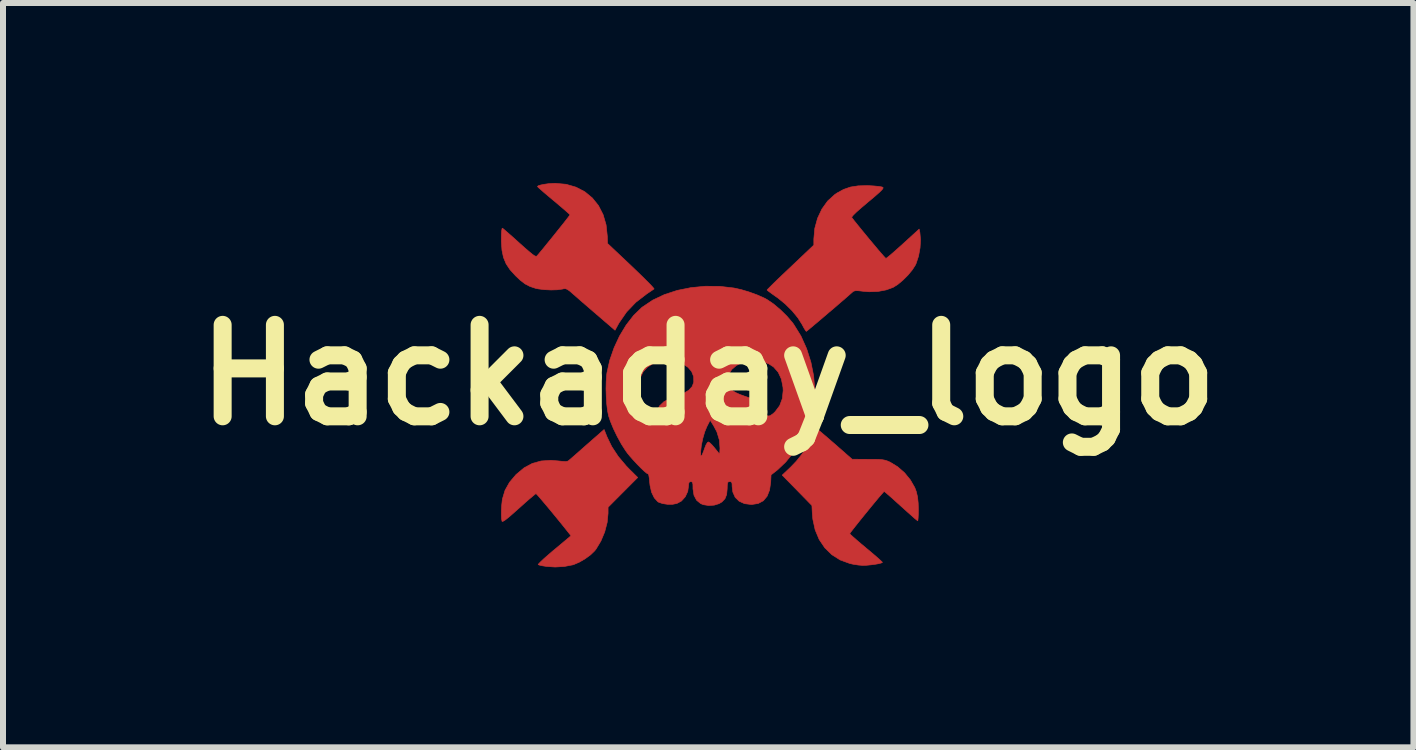
<source format=kicad_pcb>
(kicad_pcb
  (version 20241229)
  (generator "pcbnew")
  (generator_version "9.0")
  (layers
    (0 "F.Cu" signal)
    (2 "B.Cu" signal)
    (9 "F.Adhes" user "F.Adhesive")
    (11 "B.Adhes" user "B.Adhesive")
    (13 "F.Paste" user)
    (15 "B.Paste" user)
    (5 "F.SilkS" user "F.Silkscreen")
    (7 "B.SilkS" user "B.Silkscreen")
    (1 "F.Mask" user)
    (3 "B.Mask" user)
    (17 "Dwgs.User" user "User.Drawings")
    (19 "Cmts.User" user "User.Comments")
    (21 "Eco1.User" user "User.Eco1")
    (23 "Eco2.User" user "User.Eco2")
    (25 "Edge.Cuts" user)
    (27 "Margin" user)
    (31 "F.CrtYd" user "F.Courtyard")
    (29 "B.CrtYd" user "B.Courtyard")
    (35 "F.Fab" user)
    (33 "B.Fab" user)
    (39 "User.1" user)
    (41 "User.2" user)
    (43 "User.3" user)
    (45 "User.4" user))
  (footprint "Hackaday_logo"
    (layer "F.Cu")
    (at 8.752 3.198)
    (property "Reference" "Hackaday_logo" (at 0 0 0) (layer "F.SilkS") (effects (font (size 1.524 1.524) (thickness 0.3))))
    (attr through_hole)
    (fp_poly (pts (xy -1.686 1.033) (xy -1.608 1.194) (xy -1.5 1.358) (xy -1.367 1.516) (xy -1.318 1.567) (xy -1.175 1.709) (xy -1.669 2.205) (xy -1.669 2.306) (xy -1.684 2.458) (xy -1.725 2.616) (xy -1.788 2.767) (xy -1.868 2.9) (xy -1.892 2.931) (xy -1.96 2.997) (xy -2.05 3.063) (xy -2.148 3.12) (xy -2.241 3.16) (xy -2.258 3.165) (xy -2.398 3.192) (xy -2.551 3.201) (xy -2.698 3.191) (xy -2.703 3.19) (xy -2.766 3.18) (xy -2.813 3.169) (xy -2.834 3.16) (xy -2.824 3.146) (xy -2.79 3.111) (xy -2.737 3.061) (xy -2.667 3) (xy -2.585 2.929) (xy -2.566 2.914) (xy -2.287 2.68) (xy -2.324 2.633) (xy -2.387 2.554) (xy -2.457 2.467) (xy -2.531 2.376) (xy -2.606 2.285) (xy -2.678 2.198) (xy -2.744 2.12) (xy -2.799 2.055) (xy -2.841 2.007) (xy -2.866 1.981) (xy -2.87 1.978) (xy -2.887 1.989) (xy -2.927 2.022) (xy -2.985 2.071) (xy -3.057 2.134) (xy -3.138 2.207) (xy -3.155 2.222) (xy -3.253 2.309) (xy -3.327 2.373) (xy -3.38 2.415) (xy -3.415 2.437) (xy -3.433 2.442) (xy -3.436 2.438) (xy -3.444 2.397) (xy -3.447 2.331) (xy -3.446 2.251) (xy -3.441 2.168) (xy -3.433 2.093) (xy -3.429 2.066) (xy -3.386 1.923) (xy -3.311 1.789) (xy -3.203 1.661) (xy -3.195 1.654) (xy -3.068 1.548) (xy -2.932 1.475) (xy -2.785 1.434) (xy -2.621 1.423) (xy -2.5 1.433) (xy -2.422 1.441) (xy -2.372 1.443) (xy -2.341 1.437) (xy -2.324 1.426) (xy -2.302 1.407) (xy -2.257 1.368) (xy -2.194 1.313) (xy -2.118 1.246) (xy -2.033 1.171) (xy -2.015 1.155) (xy -1.735 0.91) (xy -1.686 1.033)) (stroke (width 0.01) (type solid)) (fill yes) (layer "F.Cu"))
    (fp_poly (pts (xy 1.814 0.9) (xy 1.854 0.932) (xy 1.912 0.982) (xy 1.985 1.044) (xy 2.069 1.117) (xy 2.104 1.147) (xy 2.398 1.405) (xy 2.664 1.406) (xy 2.769 1.406) (xy 2.846 1.408) (xy 2.903 1.413) (xy 2.946 1.421) (xy 2.984 1.433) (xy 3.025 1.451) (xy 3.03 1.453) (xy 3.156 1.53) (xy 3.272 1.631) (xy 3.369 1.75) (xy 3.442 1.877) (xy 3.467 1.944) (xy 3.488 2.032) (xy 3.499 2.136) (xy 3.502 2.242) (xy 3.501 2.32) (xy 3.498 2.382) (xy 3.494 2.421) (xy 3.491 2.431) (xy 3.475 2.419) (xy 3.436 2.387) (xy 3.38 2.337) (xy 3.309 2.274) (xy 3.228 2.201) (xy 3.211 2.186) (xy 3.129 2.112) (xy 3.056 2.046) (xy 2.996 1.994) (xy 2.954 1.958) (xy 2.933 1.942) (xy 2.932 1.941) (xy 2.918 1.955) (xy 2.885 1.992) (xy 2.837 2.048) (xy 2.778 2.119) (xy 2.712 2.199) (xy 2.642 2.285) (xy 2.572 2.371) (xy 2.506 2.453) (xy 2.448 2.526) (xy 2.402 2.585) (xy 2.37 2.626) (xy 2.359 2.645) (xy 2.359 2.645) (xy 2.372 2.661) (xy 2.409 2.695) (xy 2.466 2.745) (xy 2.538 2.807) (xy 2.621 2.876) (xy 2.631 2.885) (xy 2.715 2.955) (xy 2.788 3.017) (xy 2.847 3.069) (xy 2.886 3.105) (xy 2.903 3.122) (xy 2.903 3.123) (xy 2.886 3.133) (xy 2.842 3.145) (xy 2.78 3.156) (xy 2.709 3.165) (xy 2.637 3.172) (xy 2.575 3.174) (xy 2.502 3.168) (xy 2.417 3.155) (xy 2.359 3.142) (xy 2.198 3.083) (xy 2.059 2.995) (xy 1.942 2.88) (xy 1.849 2.742) (xy 1.782 2.582) (xy 1.743 2.403) (xy 1.734 2.297) (xy 1.728 2.176) (xy 1.481 1.923) (xy 1.233 1.67) (xy 1.372 1.538) (xy 1.468 1.438) (xy 1.56 1.323) (xy 1.643 1.203) (xy 1.709 1.087) (xy 1.751 0.99) (xy 1.771 0.936) (xy 1.789 0.899) (xy 1.797 0.889) (xy 1.814 0.9)) (stroke (width 0.01) (type solid)) (fill yes) (layer "F.Cu"))
    (fp_poly (pts (xy 2.68 -3.154) (xy 2.763 -3.149) (xy 2.835 -3.142) (xy 2.887 -3.134) (xy 2.907 -3.128) (xy 2.915 -3.119) (xy 2.909 -3.103) (xy 2.888 -3.078) (xy 2.849 -3.04) (xy 2.789 -2.987) (xy 2.705 -2.916) (xy 2.658 -2.877) (xy 2.552 -2.787) (xy 2.471 -2.716) (xy 2.418 -2.664) (xy 2.393 -2.633) (xy 2.392 -2.624) (xy 2.432 -2.571) (xy 2.486 -2.504) (xy 2.55 -2.425) (xy 2.62 -2.34) (xy 2.692 -2.252) (xy 2.763 -2.168) (xy 2.828 -2.09) (xy 2.884 -2.025) (xy 2.928 -1.975) (xy 2.955 -1.947) (xy 2.961 -1.941) (xy 2.979 -1.953) (xy 3.02 -1.986) (xy 3.078 -2.035) (xy 3.15 -2.099) (xy 3.232 -2.172) (xy 3.247 -2.186) (xy 3.515 -2.43) (xy 3.527 -2.374) (xy 3.538 -2.253) (xy 3.53 -2.117) (xy 3.505 -1.981) (xy 3.465 -1.859) (xy 3.454 -1.834) (xy 3.403 -1.754) (xy 3.331 -1.666) (xy 3.246 -1.581) (xy 3.159 -1.508) (xy 3.083 -1.46) (xy 2.966 -1.417) (xy 2.829 -1.391) (xy 2.682 -1.386) (xy 2.583 -1.394) (xy 2.506 -1.403) (xy 2.457 -1.404) (xy 2.427 -1.397) (xy 2.413 -1.389) (xy 2.354 -1.337) (xy 2.281 -1.273) (xy 2.196 -1.2) (xy 2.106 -1.122) (xy 2.012 -1.043) (xy 1.921 -0.965) (xy 1.835 -0.892) (xy 1.76 -0.829) (xy 1.699 -0.778) (xy 1.656 -0.742) (xy 1.635 -0.726) (xy 1.634 -0.726) (xy 1.621 -0.741) (xy 1.597 -0.78) (xy 1.567 -0.835) (xy 1.565 -0.84) (xy 1.494 -0.952) (xy 1.397 -1.07) (xy 1.283 -1.183) (xy 1.159 -1.284) (xy 1.127 -1.306) (xy 1.065 -1.35) (xy 1.016 -1.386) (xy 0.986 -1.409) (xy 0.981 -1.416) (xy 0.993 -1.43) (xy 1.029 -1.466) (xy 1.084 -1.521) (xy 1.156 -1.591) (xy 1.242 -1.673) (xy 1.338 -1.764) (xy 1.37 -1.794) (xy 1.76 -2.164) (xy 1.76 -2.266) (xy 1.776 -2.443) (xy 1.822 -2.611) (xy 1.894 -2.764) (xy 1.99 -2.898) (xy 2.109 -3.006) (xy 2.144 -3.03) (xy 2.255 -3.091) (xy 2.37 -3.131) (xy 2.499 -3.151) (xy 2.651 -3.155) (xy 2.68 -3.154)) (stroke (width 0.01) (type solid)) (fill yes) (layer "F.Cu"))
    (fp_poly (pts (xy -2.368 -3.177) (xy -2.203 -3.129) (xy -2.057 -3.053) (xy -1.932 -2.95) (xy -1.829 -2.822) (xy -1.752 -2.672) (xy -1.702 -2.501) (xy -1.682 -2.314) (xy -1.678 -2.191) (xy -1.283 -1.818) (xy -1.185 -1.724) (xy -1.096 -1.638) (xy -1.021 -1.563) (xy -0.961 -1.503) (xy -0.921 -1.459) (xy -0.903 -1.436) (xy -0.902 -1.434) (xy -0.923 -1.419) (xy -0.966 -1.39) (xy -1.021 -1.353) (xy -1.024 -1.351) (xy -1.207 -1.21) (xy -1.36 -1.05) (xy -1.485 -0.869) (xy -1.504 -0.835) (xy -1.553 -0.745) (xy -1.852 -1.002) (xy -1.947 -1.084) (xy -2.041 -1.165) (xy -2.127 -1.239) (xy -2.198 -1.302) (xy -2.249 -1.346) (xy -2.256 -1.352) (xy -2.311 -1.4) (xy -2.349 -1.426) (xy -2.378 -1.437) (xy -2.408 -1.436) (xy -2.429 -1.431) (xy -2.514 -1.419) (xy -2.619 -1.416) (xy -2.73 -1.421) (xy -2.832 -1.434) (xy -2.876 -1.443) (xy -2.969 -1.474) (xy -3.052 -1.517) (xy -3.134 -1.58) (xy -3.21 -1.652) (xy -3.302 -1.753) (xy -3.368 -1.852) (xy -3.412 -1.958) (xy -3.437 -2.078) (xy -3.447 -2.222) (xy -3.447 -2.264) (xy -3.446 -2.341) (xy -3.442 -2.401) (xy -3.436 -2.438) (xy -3.431 -2.446) (xy -3.413 -2.433) (xy -3.373 -2.399) (xy -3.315 -2.348) (xy -3.242 -2.284) (xy -3.161 -2.211) (xy -3.147 -2.198) (xy -3.053 -2.114) (xy -2.982 -2.053) (xy -2.931 -2.011) (xy -2.895 -1.986) (xy -2.872 -1.977) (xy -2.858 -1.979) (xy -2.856 -1.981) (xy -2.833 -2.007) (xy -2.793 -2.055) (xy -2.74 -2.119) (xy -2.678 -2.196) (xy -2.61 -2.279) (xy -2.541 -2.365) (xy -2.474 -2.449) (xy -2.413 -2.525) (xy -2.363 -2.589) (xy -2.326 -2.637) (xy -2.306 -2.664) (xy -2.304 -2.668) (xy -2.317 -2.683) (xy -2.355 -2.717) (xy -2.411 -2.766) (xy -2.483 -2.827) (xy -2.565 -2.897) (xy -2.572 -2.902) (xy -2.655 -2.972) (xy -2.729 -3.034) (xy -2.788 -3.086) (xy -2.828 -3.121) (xy -2.845 -3.139) (xy -2.845 -3.139) (xy -2.833 -3.152) (xy -2.792 -3.165) (xy -2.732 -3.177) (xy -2.661 -3.187) (xy -2.585 -3.192) (xy -2.549 -3.193) (xy -2.368 -3.177)) (stroke (width 0.01) (type solid)) (fill yes) (layer "F.Cu"))
    (fp_poly (pts (xy 0.194 -1.476) (xy 0.426 -1.449) (xy 0.549 -1.422) (xy 0.682 -1.382) (xy 0.812 -1.335) (xy 0.926 -1.285) (xy 0.979 -1.257) (xy 1.088 -1.183) (xy 1.202 -1.087) (xy 1.312 -0.979) (xy 1.405 -0.87) (xy 1.426 -0.841) (xy 1.545 -0.649) (xy 1.64 -0.437) (xy 1.711 -0.213) (xy 1.757 0.016) (xy 1.775 0.245) (xy 1.765 0.465) (xy 1.746 0.583) (xy 1.695 0.765) (xy 1.619 0.951) (xy 1.524 1.133) (xy 1.413 1.303) (xy 1.291 1.452) (xy 1.163 1.574) (xy 1.148 1.587) (xy 1.047 1.666) (xy 1.041 1.789) (xy 1.022 1.919) (xy 0.981 2.022) (xy 0.918 2.097) (xy 0.833 2.142) (xy 0.726 2.159) (xy 0.718 2.159) (xy 0.605 2.145) (xy 0.515 2.104) (xy 0.449 2.039) (xy 0.41 1.951) (xy 0.399 1.864) (xy 0.397 1.812) (xy 0.389 1.786) (xy 0.369 1.778) (xy 0.358 1.778) (xy 0.336 1.781) (xy 0.324 1.795) (xy 0.318 1.828) (xy 0.316 1.888) (xy 0.316 1.897) (xy 0.307 1.993) (xy 0.279 2.063) (xy 0.229 2.116) (xy 0.18 2.145) (xy 0.1 2.17) (xy 0.007 2.176) (xy -0.082 2.162) (xy -0.126 2.144) (xy -0.194 2.088) (xy -0.237 2.006) (xy -0.254 1.899) (xy -0.254 1.883) (xy -0.255 1.823) (xy -0.262 1.792) (xy -0.276 1.78) (xy -0.29 1.778) (xy -0.316 1.785) (xy -0.326 1.814) (xy -0.327 1.839) (xy -0.341 1.941) (xy -0.383 2.031) (xy -0.446 2.101) (xy -0.522 2.142) (xy -0.594 2.156) (xy -0.678 2.156) (xy -0.759 2.144) (xy -0.824 2.122) (xy -0.84 2.113) (xy -0.899 2.048) (xy -0.944 1.955) (xy -0.97 1.839) (xy -0.976 1.784) (xy -0.982 1.72) (xy -0.99 1.673) (xy -0.999 1.651) (xy -1 1.651) (xy -1.025 1.638) (xy -1.067 1.603) (xy -1.122 1.551) (xy -1.184 1.488) (xy -1.247 1.42) (xy -1.307 1.352) (xy -1.347 1.302) (xy -0.127 1.302) (xy -0.124 1.343) (xy -0.115 1.351) (xy -0.099 1.326) (xy -0.075 1.266) (xy -0.062 1.228) (xy -0.038 1.167) (xy -0.014 1.127) (xy 0.001 1.116) (xy 0.024 1.129) (xy 0.061 1.164) (xy 0.104 1.214) (xy 0.108 1.219) (xy 0.191 1.322) (xy 0.196 1.222) (xy 0.186 1.086) (xy 0.144 0.948) (xy 0.089 0.844) (xy 0.032 0.754) (xy -0.022 0.86) (xy -0.059 0.95) (xy -0.091 1.061) (xy -0.115 1.177) (xy -0.126 1.28) (xy -0.127 1.302) (xy -1.347 1.302) (xy -1.357 1.289) (xy -1.378 1.26) (xy -1.448 1.15) (xy -1.517 1.024) (xy -1.58 0.894) (xy -1.631 0.77) (xy -1.661 0.68) (xy -1.678 0.595) (xy -1.691 0.485) (xy -1.699 0.36) (xy -1.702 0.263) (xy -1.16 0.263) (xy -1.153 0.38) (xy -1.13 0.472) (xy -1.086 0.55) (xy -1.019 0.621) (xy -0.974 0.661) (xy -0.947 0.682) (xy -0.929 0.687) (xy -0.909 0.682) (xy -0.9 0.678) (xy -0.877 0.655) (xy -0.856 0.611) (xy -0.853 0.599) (xy -0.812 0.517) (xy -0.738 0.446) (xy -0.631 0.388) (xy -0.535 0.353) (xy -0.412 0.308) (xy -0.324 0.255) (xy -0.267 0.193) (xy -0.241 0.12) (xy -0.242 0.062) (xy 0.319 0.062) (xy 0.323 0.141) (xy 0.358 0.214) (xy 0.409 0.265) (xy 0.458 0.294) (xy 0.527 0.325) (xy 0.602 0.353) (xy 0.608 0.354) (xy 0.726 0.396) (xy 0.814 0.441) (xy 0.875 0.492) (xy 0.916 0.553) (xy 0.934 0.599) (xy 0.959 0.658) (xy 0.99 0.685) (xy 1.031 0.68) (xy 1.084 0.643) (xy 1.116 0.612) (xy 1.191 0.512) (xy 1.235 0.394) (xy 1.249 0.259) (xy 1.246 0.207) (xy 1.219 0.068) (xy 1.167 -0.044) (xy 1.09 -0.132) (xy 1.009 -0.185) (xy 0.924 -0.215) (xy 0.819 -0.232) (xy 0.71 -0.234) (xy 0.61 -0.221) (xy 0.568 -0.208) (xy 0.469 -0.157) (xy 0.393 -0.092) (xy 0.343 -0.017) (xy 0.319 0.062) (xy -0.242 0.062) (xy -0.243 0.034) (xy -0.244 0.025) (xy -0.277 -0.058) (xy -0.338 -0.128) (xy -0.422 -0.184) (xy -0.522 -0.222) (xy -0.632 -0.242) (xy -0.745 -0.24) (xy -0.856 -0.216) (xy -0.912 -0.193) (xy -1.012 -0.131) (xy -1.084 -0.053) (xy -1.131 0.045) (xy -1.155 0.167) (xy -1.16 0.263) (xy -1.702 0.263) (xy -1.703 0.23) (xy -1.7 0.106) (xy -1.692 -0.000378) (xy -1.688 -0.034) (xy -1.641 -0.245) (xy -1.569 -0.452) (xy -1.477 -0.65) (xy -1.367 -0.832) (xy -1.243 -0.992) (xy -1.108 -1.123) (xy -1.093 -1.134) (xy -0.924 -1.247) (xy -0.73 -1.339) (xy -0.516 -1.409) (xy -0.287 -1.455) (xy -0.048 -1.478) (xy 0.194 -1.476)) (stroke (width 0.01) (type solid)) (fill yes) (layer "F.Cu"))
    (fp_poly (pts (xy -1.686 1.033) (xy -1.608 1.194) (xy -1.5 1.358) (xy -1.367 1.516) (xy -1.318 1.567) (xy -1.175 1.709) (xy -1.669 2.205) (xy -1.669 2.306) (xy -1.684 2.458) (xy -1.725 2.616) (xy -1.788 2.767) (xy -1.868 2.9) (xy -1.892 2.931) (xy -1.96 2.997) (xy -2.05 3.063) (xy -2.148 3.12) (xy -2.241 3.16) (xy -2.258 3.165) (xy -2.398 3.192) (xy -2.551 3.201) (xy -2.698 3.191) (xy -2.703 3.19) (xy -2.766 3.18) (xy -2.813 3.169) (xy -2.834 3.16) (xy -2.824 3.146) (xy -2.79 3.111) (xy -2.737 3.061) (xy -2.667 3) (xy -2.585 2.929) (xy -2.566 2.914) (xy -2.287 2.68) (xy -2.324 2.633) (xy -2.387 2.554) (xy -2.457 2.467) (xy -2.531 2.376) (xy -2.606 2.285) (xy -2.678 2.198) (xy -2.744 2.12) (xy -2.799 2.055) (xy -2.841 2.007) (xy -2.866 1.981) (xy -2.87 1.978) (xy -2.887 1.989) (xy -2.927 2.022) (xy -2.985 2.071) (xy -3.057 2.134) (xy -3.138 2.207) (xy -3.155 2.222) (xy -3.253 2.309) (xy -3.327 2.373) (xy -3.38 2.415) (xy -3.415 2.437) (xy -3.433 2.442) (xy -3.436 2.438) (xy -3.444 2.397) (xy -3.447 2.331) (xy -3.446 2.251) (xy -3.441 2.168) (xy -3.433 2.093) (xy -3.429 2.066) (xy -3.386 1.923) (xy -3.311 1.789) (xy -3.203 1.661) (xy -3.195 1.654) (xy -3.068 1.548) (xy -2.932 1.475) (xy -2.785 1.434) (xy -2.621 1.423) (xy -2.5 1.433) (xy -2.422 1.441) (xy -2.372 1.443) (xy -2.341 1.437) (xy -2.324 1.426) (xy -2.302 1.407) (xy -2.257 1.368) (xy -2.194 1.313) (xy -2.118 1.246) (xy -2.033 1.171) (xy -2.015 1.155) (xy -1.735 0.91) (xy -1.686 1.033)) (stroke (width 0.01) (type solid)) (fill yes) (layer "F.Mask"))
    (fp_poly (pts (xy 1.814 0.9) (xy 1.854 0.932) (xy 1.912 0.982) (xy 1.985 1.044) (xy 2.069 1.117) (xy 2.104 1.147) (xy 2.398 1.405) (xy 2.664 1.406) (xy 2.769 1.406) (xy 2.846 1.408) (xy 2.903 1.413) (xy 2.946 1.421) (xy 2.984 1.433) (xy 3.025 1.451) (xy 3.03 1.453) (xy 3.156 1.53) (xy 3.272 1.631) (xy 3.369 1.75) (xy 3.442 1.877) (xy 3.467 1.944) (xy 3.488 2.032) (xy 3.499 2.136) (xy 3.502 2.242) (xy 3.501 2.32) (xy 3.498 2.382) (xy 3.494 2.421) (xy 3.491 2.431) (xy 3.475 2.419) (xy 3.436 2.387) (xy 3.38 2.337) (xy 3.309 2.274) (xy 3.228 2.201) (xy 3.211 2.186) (xy 3.129 2.112) (xy 3.056 2.046) (xy 2.996 1.994) (xy 2.954 1.958) (xy 2.933 1.942) (xy 2.932 1.941) (xy 2.918 1.955) (xy 2.885 1.992) (xy 2.837 2.048) (xy 2.778 2.119) (xy 2.712 2.199) (xy 2.642 2.285) (xy 2.572 2.371) (xy 2.506 2.453) (xy 2.448 2.526) (xy 2.402 2.585) (xy 2.37 2.626) (xy 2.359 2.645) (xy 2.359 2.645) (xy 2.372 2.661) (xy 2.409 2.695) (xy 2.466 2.745) (xy 2.538 2.807) (xy 2.621 2.876) (xy 2.631 2.885) (xy 2.715 2.955) (xy 2.788 3.017) (xy 2.847 3.069) (xy 2.886 3.105) (xy 2.903 3.122) (xy 2.903 3.123) (xy 2.886 3.133) (xy 2.842 3.145) (xy 2.78 3.156) (xy 2.709 3.165) (xy 2.637 3.172) (xy 2.575 3.174) (xy 2.502 3.168) (xy 2.417 3.155) (xy 2.359 3.142) (xy 2.198 3.083) (xy 2.059 2.995) (xy 1.942 2.88) (xy 1.849 2.742) (xy 1.782 2.582) (xy 1.743 2.403) (xy 1.734 2.297) (xy 1.728 2.176) (xy 1.481 1.923) (xy 1.233 1.67) (xy 1.372 1.538) (xy 1.468 1.438) (xy 1.56 1.323) (xy 1.643 1.203) (xy 1.709 1.087) (xy 1.751 0.99) (xy 1.771 0.936) (xy 1.789 0.899) (xy 1.797 0.889) (xy 1.814 0.9)) (stroke (width 0.01) (type solid)) (fill yes) (layer "F.Mask"))
    (fp_poly (pts (xy 2.68 -3.154) (xy 2.763 -3.149) (xy 2.835 -3.142) (xy 2.887 -3.134) (xy 2.907 -3.128) (xy 2.915 -3.119) (xy 2.909 -3.103) (xy 2.888 -3.078) (xy 2.849 -3.04) (xy 2.789 -2.987) (xy 2.705 -2.916) (xy 2.658 -2.877) (xy 2.552 -2.787) (xy 2.471 -2.716) (xy 2.418 -2.664) (xy 2.393 -2.633) (xy 2.392 -2.624) (xy 2.432 -2.571) (xy 2.486 -2.504) (xy 2.55 -2.425) (xy 2.62 -2.34) (xy 2.692 -2.252) (xy 2.763 -2.168) (xy 2.828 -2.09) (xy 2.884 -2.025) (xy 2.928 -1.975) (xy 2.955 -1.947) (xy 2.961 -1.941) (xy 2.979 -1.953) (xy 3.02 -1.986) (xy 3.078 -2.035) (xy 3.15 -2.099) (xy 3.232 -2.172) (xy 3.247 -2.186) (xy 3.515 -2.43) (xy 3.527 -2.374) (xy 3.538 -2.253) (xy 3.53 -2.117) (xy 3.505 -1.981) (xy 3.465 -1.859) (xy 3.454 -1.834) (xy 3.403 -1.754) (xy 3.331 -1.666) (xy 3.246 -1.581) (xy 3.159 -1.508) (xy 3.083 -1.46) (xy 2.966 -1.417) (xy 2.829 -1.391) (xy 2.682 -1.386) (xy 2.583 -1.394) (xy 2.506 -1.403) (xy 2.457 -1.404) (xy 2.427 -1.397) (xy 2.413 -1.389) (xy 2.354 -1.337) (xy 2.281 -1.273) (xy 2.196 -1.2) (xy 2.106 -1.122) (xy 2.012 -1.043) (xy 1.921 -0.965) (xy 1.835 -0.892) (xy 1.76 -0.829) (xy 1.699 -0.778) (xy 1.656 -0.742) (xy 1.635 -0.726) (xy 1.634 -0.726) (xy 1.621 -0.741) (xy 1.597 -0.78) (xy 1.567 -0.835) (xy 1.565 -0.84) (xy 1.494 -0.952) (xy 1.397 -1.07) (xy 1.283 -1.183) (xy 1.159 -1.284) (xy 1.127 -1.306) (xy 1.065 -1.35) (xy 1.016 -1.386) (xy 0.986 -1.409) (xy 0.981 -1.416) (xy 0.993 -1.43) (xy 1.029 -1.466) (xy 1.084 -1.521) (xy 1.156 -1.591) (xy 1.242 -1.673) (xy 1.338 -1.764) (xy 1.37 -1.794) (xy 1.76 -2.164) (xy 1.76 -2.266) (xy 1.776 -2.443) (xy 1.822 -2.611) (xy 1.894 -2.764) (xy 1.99 -2.898) (xy 2.109 -3.006) (xy 2.144 -3.03) (xy 2.255 -3.091) (xy 2.37 -3.131) (xy 2.499 -3.151) (xy 2.651 -3.155) (xy 2.68 -3.154)) (stroke (width 0.01) (type solid)) (fill yes) (layer "F.Mask"))
    (fp_poly (pts (xy -2.368 -3.177) (xy -2.203 -3.129) (xy -2.057 -3.053) (xy -1.932 -2.95) (xy -1.829 -2.822) (xy -1.752 -2.672) (xy -1.702 -2.501) (xy -1.682 -2.314) (xy -1.678 -2.191) (xy -1.283 -1.818) (xy -1.185 -1.724) (xy -1.096 -1.638) (xy -1.021 -1.563) (xy -0.961 -1.503) (xy -0.921 -1.459) (xy -0.903 -1.436) (xy -0.902 -1.434) (xy -0.923 -1.419) (xy -0.966 -1.39) (xy -1.021 -1.353) (xy -1.024 -1.351) (xy -1.207 -1.21) (xy -1.36 -1.05) (xy -1.485 -0.869) (xy -1.504 -0.835) (xy -1.553 -0.745) (xy -1.852 -1.002) (xy -1.947 -1.084) (xy -2.041 -1.165) (xy -2.127 -1.239) (xy -2.198 -1.302) (xy -2.249 -1.346) (xy -2.256 -1.352) (xy -2.311 -1.4) (xy -2.349 -1.426) (xy -2.378 -1.437) (xy -2.408 -1.436) (xy -2.429 -1.431) (xy -2.514 -1.419) (xy -2.619 -1.416) (xy -2.73 -1.421) (xy -2.832 -1.434) (xy -2.876 -1.443) (xy -2.969 -1.474) (xy -3.052 -1.517) (xy -3.134 -1.58) (xy -3.21 -1.652) (xy -3.302 -1.753) (xy -3.368 -1.852) (xy -3.412 -1.958) (xy -3.437 -2.078) (xy -3.447 -2.222) (xy -3.447 -2.264) (xy -3.446 -2.341) (xy -3.442 -2.401) (xy -3.436 -2.438) (xy -3.431 -2.446) (xy -3.413 -2.433) (xy -3.373 -2.399) (xy -3.315 -2.348) (xy -3.242 -2.284) (xy -3.161 -2.211) (xy -3.147 -2.198) (xy -3.053 -2.114) (xy -2.982 -2.053) (xy -2.931 -2.011) (xy -2.895 -1.986) (xy -2.872 -1.977) (xy -2.858 -1.979) (xy -2.856 -1.981) (xy -2.833 -2.007) (xy -2.793 -2.055) (xy -2.74 -2.119) (xy -2.678 -2.196) (xy -2.61 -2.279) (xy -2.541 -2.365) (xy -2.474 -2.449) (xy -2.413 -2.525) (xy -2.363 -2.589) (xy -2.326 -2.637) (xy -2.306 -2.664) (xy -2.304 -2.668) (xy -2.317 -2.683) (xy -2.355 -2.717) (xy -2.411 -2.766) (xy -2.483 -2.827) (xy -2.565 -2.897) (xy -2.572 -2.902) (xy -2.655 -2.972) (xy -2.729 -3.034) (xy -2.788 -3.086) (xy -2.828 -3.121) (xy -2.845 -3.139) (xy -2.845 -3.139) (xy -2.833 -3.152) (xy -2.792 -3.165) (xy -2.732 -3.177) (xy -2.661 -3.187) (xy -2.585 -3.192) (xy -2.549 -3.193) (xy -2.368 -3.177)) (stroke (width 0.01) (type solid)) (fill yes) (layer "F.Mask"))
    (fp_poly (pts (xy 0.194 -1.476) (xy 0.426 -1.449) (xy 0.549 -1.422) (xy 0.682 -1.382) (xy 0.812 -1.335) (xy 0.926 -1.285) (xy 0.979 -1.257) (xy 1.088 -1.183) (xy 1.202 -1.087) (xy 1.312 -0.979) (xy 1.405 -0.87) (xy 1.426 -0.841) (xy 1.545 -0.649) (xy 1.64 -0.437) (xy 1.711 -0.213) (xy 1.757 0.016) (xy 1.775 0.245) (xy 1.765 0.465) (xy 1.746 0.583) (xy 1.695 0.765) (xy 1.619 0.951) (xy 1.524 1.133) (xy 1.413 1.303) (xy 1.291 1.452) (xy 1.163 1.574) (xy 1.148 1.587) (xy 1.047 1.666) (xy 1.041 1.789) (xy 1.022 1.919) (xy 0.981 2.022) (xy 0.918 2.097) (xy 0.833 2.142) (xy 0.726 2.159) (xy 0.718 2.159) (xy 0.605 2.145) (xy 0.515 2.104) (xy 0.449 2.039) (xy 0.41 1.951) (xy 0.399 1.864) (xy 0.397 1.812) (xy 0.389 1.786) (xy 0.369 1.778) (xy 0.358 1.778) (xy 0.336 1.781) (xy 0.324 1.795) (xy 0.318 1.828) (xy 0.316 1.888) (xy 0.316 1.897) (xy 0.307 1.993) (xy 0.279 2.063) (xy 0.229 2.116) (xy 0.18 2.145) (xy 0.1 2.17) (xy 0.007 2.176) (xy -0.082 2.162) (xy -0.126 2.144) (xy -0.194 2.088) (xy -0.237 2.006) (xy -0.254 1.899) (xy -0.254 1.883) (xy -0.255 1.823) (xy -0.262 1.792) (xy -0.276 1.78) (xy -0.29 1.778) (xy -0.316 1.785) (xy -0.326 1.814) (xy -0.327 1.839) (xy -0.341 1.941) (xy -0.383 2.031) (xy -0.446 2.101) (xy -0.522 2.142) (xy -0.594 2.156) (xy -0.678 2.156) (xy -0.759 2.144) (xy -0.824 2.122) (xy -0.84 2.113) (xy -0.899 2.048) (xy -0.944 1.955) (xy -0.97 1.839) (xy -0.976 1.784) (xy -0.982 1.72) (xy -0.99 1.673) (xy -0.999 1.651) (xy -1 1.651) (xy -1.025 1.638) (xy -1.067 1.603) (xy -1.122 1.551) (xy -1.184 1.488) (xy -1.247 1.42) (xy -1.307 1.352) (xy -1.347 1.302) (xy -0.127 1.302) (xy -0.124 1.343) (xy -0.115 1.351) (xy -0.099 1.326) (xy -0.075 1.266) (xy -0.062 1.228) (xy -0.038 1.167) (xy -0.014 1.127) (xy 0.001 1.116) (xy 0.024 1.129) (xy 0.061 1.164) (xy 0.104 1.214) (xy 0.108 1.219) (xy 0.191 1.322) (xy 0.196 1.222) (xy 0.186 1.086) (xy 0.144 0.948) (xy 0.089 0.844) (xy 0.032 0.754) (xy -0.022 0.86) (xy -0.059 0.95) (xy -0.091 1.061) (xy -0.115 1.177) (xy -0.126 1.28) (xy -0.127 1.302) (xy -1.347 1.302) (xy -1.357 1.289) (xy -1.378 1.26) (xy -1.448 1.15) (xy -1.517 1.024) (xy -1.58 0.894) (xy -1.631 0.77) (xy -1.661 0.68) (xy -1.678 0.595) (xy -1.691 0.485) (xy -1.699 0.36) (xy -1.702 0.263) (xy -1.16 0.263) (xy -1.153 0.38) (xy -1.13 0.472) (xy -1.086 0.55) (xy -1.019 0.621) (xy -0.974 0.661) (xy -0.947 0.682) (xy -0.929 0.687) (xy -0.909 0.682) (xy -0.9 0.678) (xy -0.877 0.655) (xy -0.856 0.611) (xy -0.853 0.599) (xy -0.812 0.517) (xy -0.738 0.446) (xy -0.631 0.388) (xy -0.535 0.353) (xy -0.412 0.308) (xy -0.324 0.255) (xy -0.267 0.193) (xy -0.241 0.12) (xy -0.242 0.062) (xy 0.319 0.062) (xy 0.323 0.141) (xy 0.358 0.214) (xy 0.409 0.265) (xy 0.458 0.294) (xy 0.527 0.325) (xy 0.602 0.353) (xy 0.608 0.354) (xy 0.726 0.396) (xy 0.814 0.441) (xy 0.875 0.492) (xy 0.916 0.553) (xy 0.934 0.599) (xy 0.959 0.658) (xy 0.99 0.685) (xy 1.031 0.68) (xy 1.084 0.643) (xy 1.116 0.612) (xy 1.191 0.512) (xy 1.235 0.394) (xy 1.249 0.259) (xy 1.246 0.207) (xy 1.219 0.068) (xy 1.167 -0.044) (xy 1.09 -0.132) (xy 1.009 -0.185) (xy 0.924 -0.215) (xy 0.819 -0.232) (xy 0.71 -0.234) (xy 0.61 -0.221) (xy 0.568 -0.208) (xy 0.469 -0.157) (xy 0.393 -0.092) (xy 0.343 -0.017) (xy 0.319 0.062) (xy -0.242 0.062) (xy -0.243 0.034) (xy -0.244 0.025) (xy -0.277 -0.058) (xy -0.338 -0.128) (xy -0.422 -0.184) (xy -0.522 -0.222) (xy -0.632 -0.242) (xy -0.745 -0.24) (xy -0.856 -0.216) (xy -0.912 -0.193) (xy -1.012 -0.131) (xy -1.084 -0.053) (xy -1.131 0.045) (xy -1.155 0.167) (xy -1.16 0.263) (xy -1.702 0.263) (xy -1.703 0.23) (xy -1.7 0.106) (xy -1.692 -0.000378) (xy -1.688 -0.034) (xy -1.641 -0.245) (xy -1.569 -0.452) (xy -1.477 -0.65) (xy -1.367 -0.832) (xy -1.243 -0.992) (xy -1.108 -1.123) (xy -1.093 -1.134) (xy -0.924 -1.247) (xy -0.73 -1.339) (xy -0.516 -1.409) (xy -0.287 -1.455) (xy -0.048 -1.478) (xy 0.194 -1.476)) (stroke (width 0.01) (type solid)) (fill yes) (layer "F.Mask")))
  (gr_rect
    (start -3 -3)
    (end 20.504 9.404)
    (stroke (width 0.1) (type default))
    (fill no)
    (layer "Edge.Cuts")))
</source>
